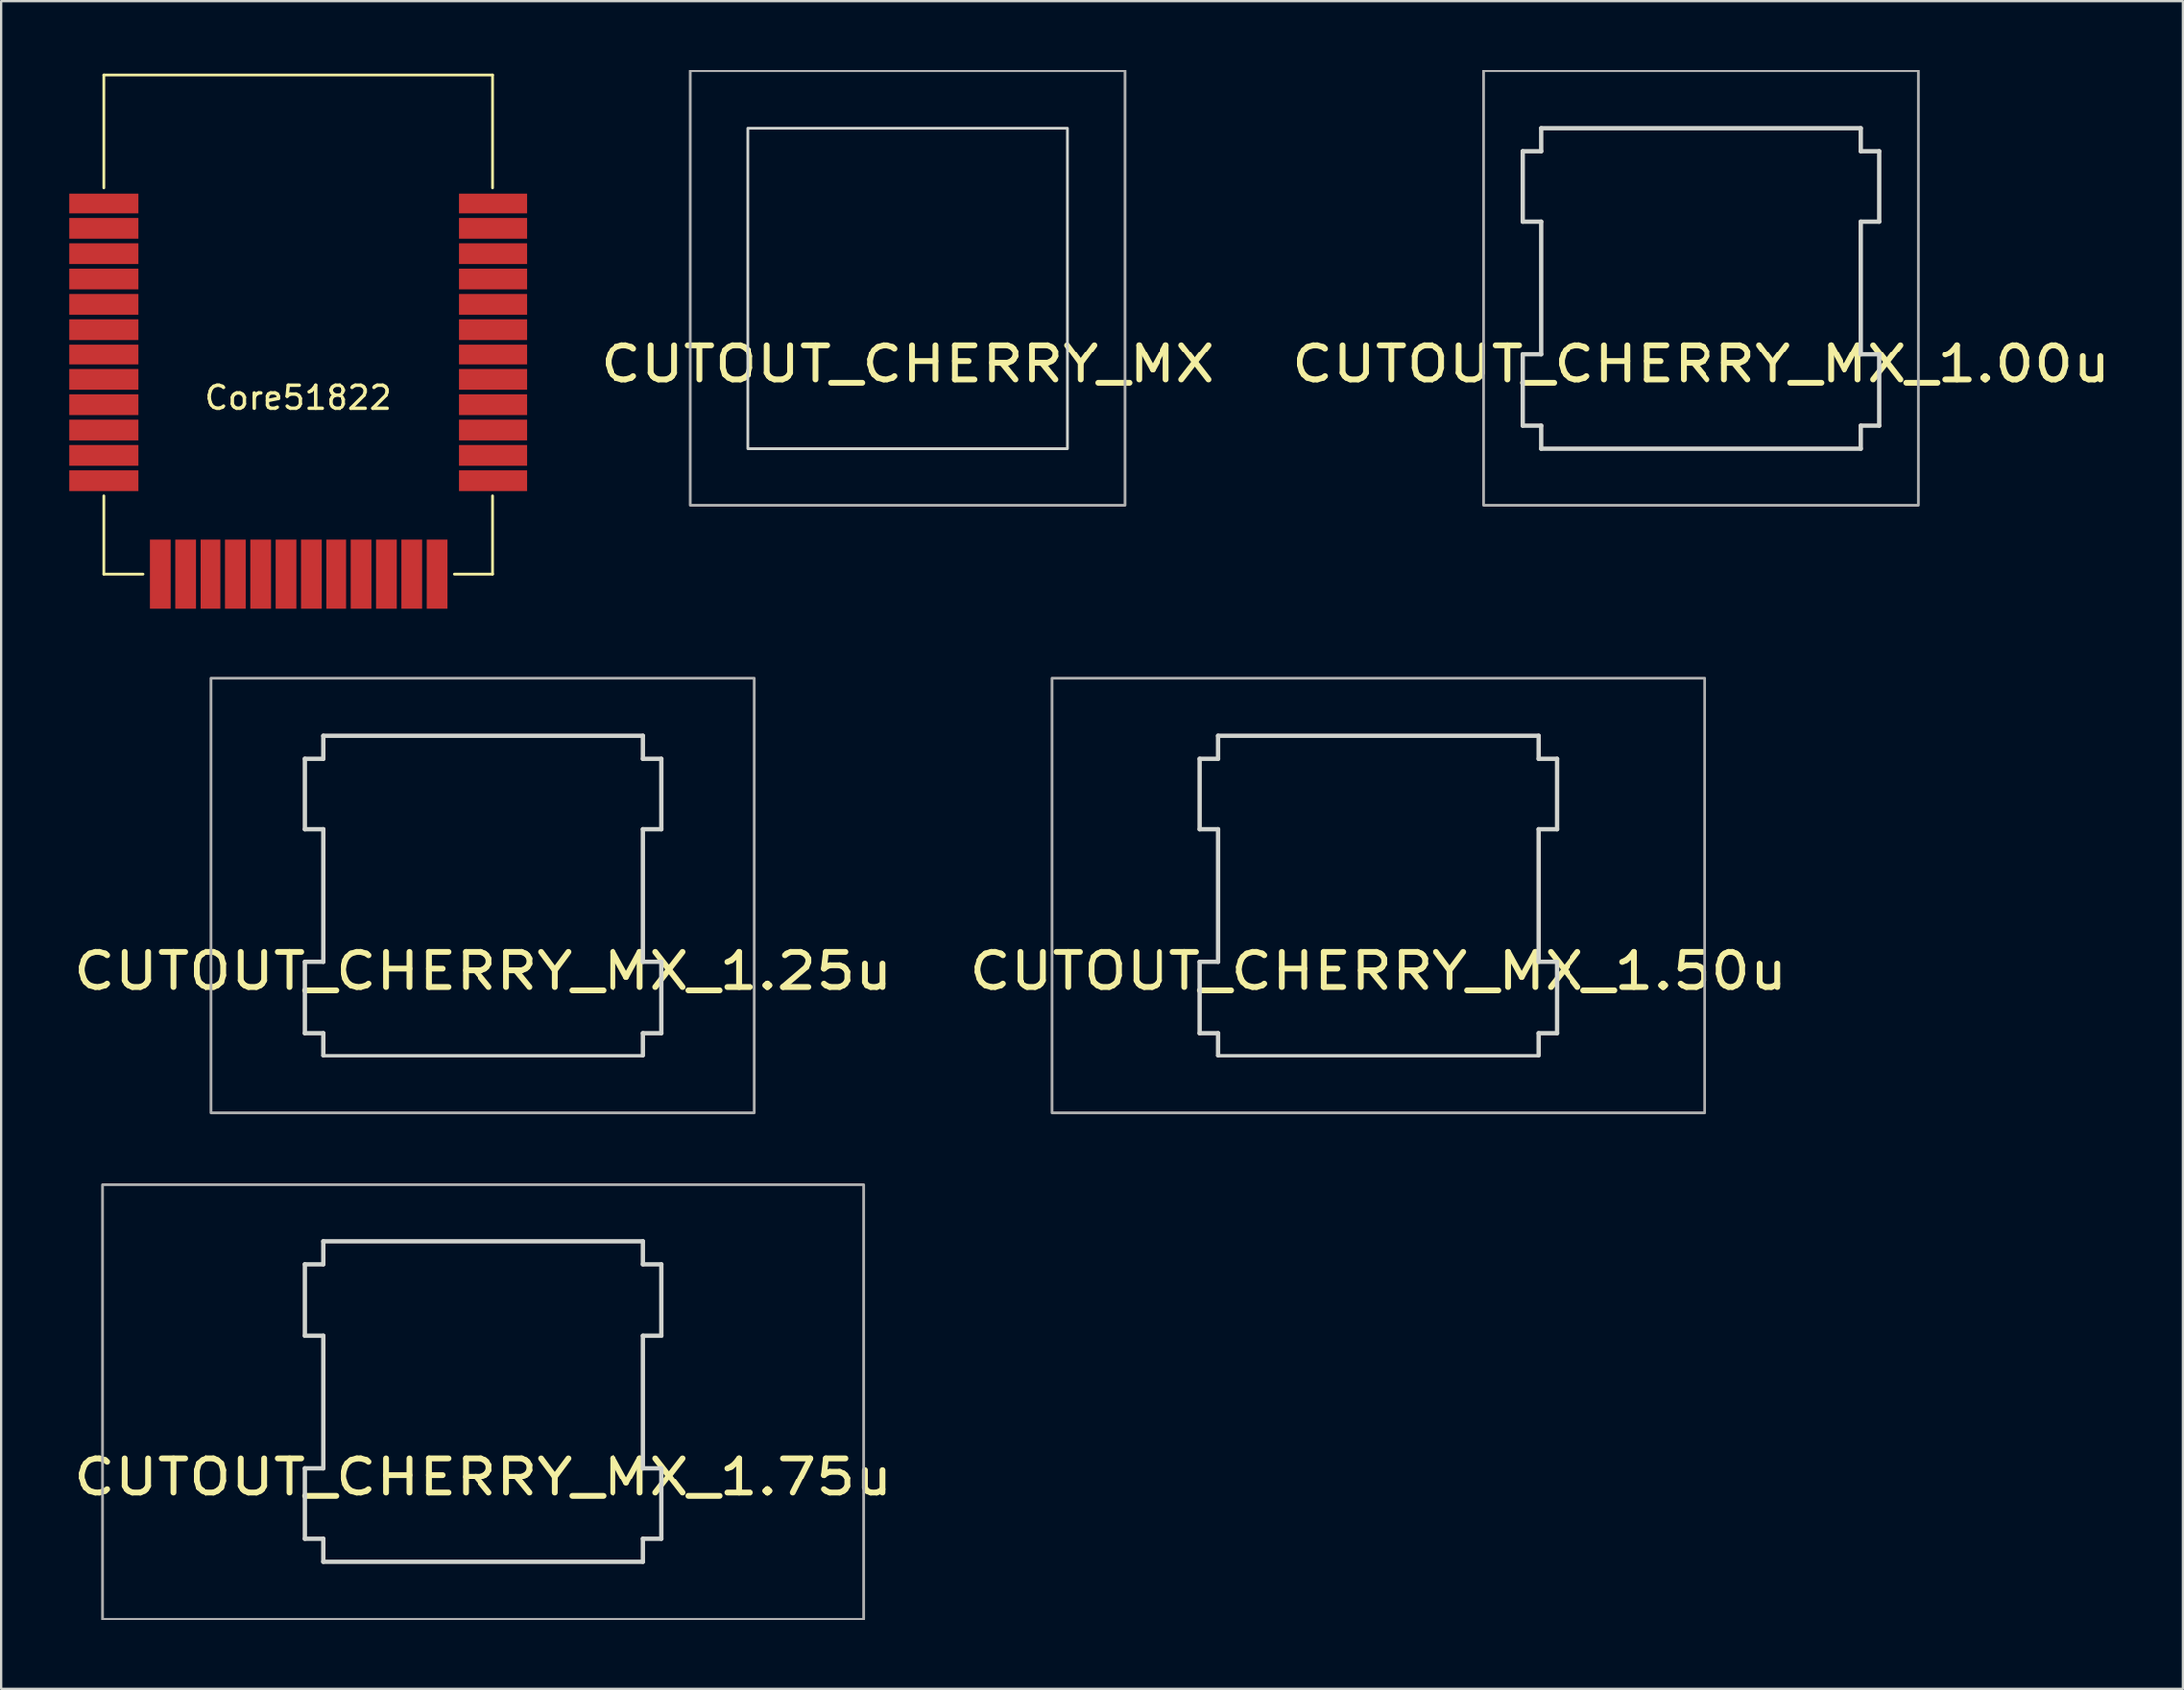
<source format=kicad_pcb>
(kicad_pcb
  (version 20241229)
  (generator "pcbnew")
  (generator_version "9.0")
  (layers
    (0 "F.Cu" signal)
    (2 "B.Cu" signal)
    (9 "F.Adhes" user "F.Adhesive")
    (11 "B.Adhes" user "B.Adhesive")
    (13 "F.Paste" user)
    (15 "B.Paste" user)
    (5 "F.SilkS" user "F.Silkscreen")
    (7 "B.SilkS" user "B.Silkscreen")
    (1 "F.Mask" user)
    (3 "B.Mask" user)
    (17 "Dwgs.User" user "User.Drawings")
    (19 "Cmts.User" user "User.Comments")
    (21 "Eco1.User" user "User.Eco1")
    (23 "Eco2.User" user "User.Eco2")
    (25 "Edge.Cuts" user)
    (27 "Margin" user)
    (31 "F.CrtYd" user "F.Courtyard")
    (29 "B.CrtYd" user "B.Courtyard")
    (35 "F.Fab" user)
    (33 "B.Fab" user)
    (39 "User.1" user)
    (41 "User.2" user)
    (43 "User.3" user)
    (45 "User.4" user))
  (footprint "CUTOUT_CHERRY_MX_1.50u"
    (layer "F.Cu")
    (at 59.744 31.03)
    (property "Reference" "CUTOUT_CHERRY_MX_1.50u" (at -2.54 8.382 0) (layer "F.SilkS") (effects (font (size 1.524 1.778) (thickness 0.254))))
    (fp_line (start -10.34 -0.92) (end -10.34 2.18) (stroke (width 0.189) (type solid)) (layer "Edge.Cuts"))
    (fp_line (start -10.34 2.18) (end -9.54 2.18) (stroke (width 0.189) (type solid)) (layer "Edge.Cuts"))
    (fp_line (start -10.34 7.98) (end -10.34 11.08) (stroke (width 0.189) (type solid)) (layer "Edge.Cuts"))
    (fp_line (start -10.34 11.08) (end -9.54 11.08) (stroke (width 0.189) (type solid)) (layer "Edge.Cuts"))
    (fp_line (start -9.54 -1.92) (end -9.54 -0.92) (stroke (width 0.189) (type solid)) (layer "Edge.Cuts"))
    (fp_line (start -9.54 -0.92) (end -10.34 -0.92) (stroke (width 0.189) (type solid)) (layer "Edge.Cuts"))
    (fp_line (start -9.54 2.18) (end -9.54 7.98) (stroke (width 0.189) (type solid)) (layer "Edge.Cuts"))
    (fp_line (start -9.54 7.98) (end -10.34 7.98) (stroke (width 0.189) (type solid)) (layer "Edge.Cuts"))
    (fp_line (start -9.54 11.08) (end -9.54 12.08) (stroke (width 0.189) (type solid)) (layer "Edge.Cuts"))
    (fp_line (start -9.54 12.08) (end 4.46 12.08) (stroke (width 0.189) (type solid)) (layer "Edge.Cuts"))
    (fp_line (start 4.46 -1.92) (end -9.54 -1.92) (stroke (width 0.189) (type solid)) (layer "Edge.Cuts"))
    (fp_line (start 4.46 -0.92) (end 4.46 -1.92) (stroke (width 0.189) (type solid)) (layer "Edge.Cuts"))
    (fp_line (start 4.46 2.18) (end 5.26 2.18) (stroke (width 0.189) (type solid)) (layer "Edge.Cuts"))
    (fp_line (start 4.46 7.98) (end 4.46 2.18) (stroke (width 0.189) (type solid)) (layer "Edge.Cuts"))
    (fp_line (start 4.46 11.08) (end 5.26 11.08) (stroke (width 0.189) (type solid)) (layer "Edge.Cuts"))
    (fp_line (start 4.46 12.08) (end 4.46 11.08) (stroke (width 0.189) (type solid)) (layer "Edge.Cuts"))
    (fp_line (start 5.26 -0.92) (end 4.46 -0.92) (stroke (width 0.189) (type solid)) (layer "Edge.Cuts"))
    (fp_line (start 5.26 2.18) (end 5.26 -0.92) (stroke (width 0.189) (type solid)) (layer "Edge.Cuts"))
    (fp_line (start 5.26 7.98) (end 4.46 7.98) (stroke (width 0.189) (type solid)) (layer "Edge.Cuts"))
    (fp_line (start 5.26 11.08) (end 5.26 7.98) (stroke (width 0.189) (type solid)) (layer "Edge.Cuts"))
    (fp_rect (start -16.79 -4.42) (end 11.71 14.58) (stroke (width 0.12) (type solid)) (fill no) (layer "F.Fab")))
  (footprint "Core51822"
    (layer "F.Cu")
    (at 10 0.25)
    (property "Reference" "Core51822" (at 0 14.1 0) (layer "F.SilkS") (effects (font (size 1 1) (thickness 0.15))))
    (fp_line (start -8.5 0) (end 8.5 0) (stroke (width 0.12) (type solid)) (layer "F.SilkS"))
    (fp_line (start -8.5 4.9) (end -8.5 0) (stroke (width 0.12) (type solid)) (layer "F.SilkS"))
    (fp_line (start -8.5 18.4) (end -8.5 21.8) (stroke (width 0.12) (type solid)) (layer "F.SilkS"))
    (fp_line (start -8.5 21.8) (end -6.8 21.8) (stroke (width 0.12) (type solid)) (layer "F.SilkS"))
    (fp_line (start 6.8 21.8) (end 8.5 21.8) (stroke (width 0.12) (type solid)) (layer "F.SilkS"))
    (fp_line (start 8.5 0) (end 8.5 4.9) (stroke (width 0.12) (type solid)) (layer "F.SilkS"))
    (fp_line (start 8.5 21.8) (end 8.5 18.4) (stroke (width 0.12) (type solid)) (layer "F.SilkS"))
    (pad "1" smd rect (at -8.5 5.6) (size 3 0.9) (layers "F.Cu" "F.Mask" "F.Paste"))
    (pad "2" smd rect (at -8.5 6.7) (size 3 0.9) (layers "F.Cu" "F.Mask" "F.Paste"))
    (pad "3" smd rect (at -8.5 7.8) (size 3 0.9) (layers "F.Cu" "F.Mask" "F.Paste"))
    (pad "4" smd rect (at -8.5 8.9) (size 3 0.9) (layers "F.Cu" "F.Mask" "F.Paste"))
    (pad "5" smd rect (at -8.5 10) (size 3 0.9) (layers "F.Cu" "F.Mask" "F.Paste"))
    (pad "6" smd rect (at -8.5 11.1) (size 3 0.9) (layers "F.Cu" "F.Mask" "F.Paste"))
    (pad "7" smd rect (at -8.5 12.2) (size 3 0.9) (layers "F.Cu" "F.Mask" "F.Paste"))
    (pad "8" smd rect (at -8.5 13.3) (size 3 0.9) (layers "F.Cu" "F.Mask" "F.Paste"))
    (pad "9" smd rect (at -8.5 14.4) (size 3 0.9) (layers "F.Cu" "F.Mask" "F.Paste"))
    (pad "10" smd rect (at -8.5 15.5) (size 3 0.9) (layers "F.Cu" "F.Mask" "F.Paste"))
    (pad "11" smd rect (at -8.5 16.6) (size 3 0.9) (layers "F.Cu" "F.Mask" "F.Paste"))
    (pad "12" smd rect (at -8.5 17.7) (size 3 0.9) (layers "F.Cu" "F.Mask" "F.Paste"))
    (pad "13" smd rect (at -6.05 21.8 90) (size 3 0.9) (layers "F.Cu" "F.Mask" "F.Paste"))
    (pad "14" smd rect (at -4.95 21.8 90) (size 3 0.9) (layers "F.Cu" "F.Mask" "F.Paste"))
    (pad "15" smd rect (at -3.85 21.8 90) (size 3 0.9) (layers "F.Cu" "F.Mask" "F.Paste"))
    (pad "16" smd rect (at -2.75 21.8 90) (size 3 0.9) (layers "F.Cu" "F.Mask" "F.Paste"))
    (pad "17" smd rect (at -1.65 21.8 90) (size 3 0.9) (layers "F.Cu" "F.Mask" "F.Paste"))
    (pad "18" smd rect (at -0.55 21.8 90) (size 3 0.9) (layers "F.Cu" "F.Mask" "F.Paste"))
    (pad "19" smd rect (at 0.55 21.8 90) (size 3 0.9) (layers "F.Cu" "F.Mask" "F.Paste"))
    (pad "20" smd rect (at 1.65 21.8 90) (size 3 0.9) (layers "F.Cu" "F.Mask" "F.Paste"))
    (pad "21" smd rect (at 2.75 21.8 90) (size 3 0.9) (layers "F.Cu" "F.Mask" "F.Paste"))
    (pad "22" smd rect (at 3.85 21.8 90) (size 3 0.9) (layers "F.Cu" "F.Mask" "F.Paste"))
    (pad "23" smd rect (at 4.95 21.8 90) (size 3 0.9) (layers "F.Cu" "F.Mask" "F.Paste"))
    (pad "24" smd rect (at 6.05 21.8 90) (size 3 0.9) (layers "F.Cu" "F.Mask" "F.Paste"))
    (pad "25" smd rect (at 8.5 17.7) (size 3 0.9) (layers "F.Cu" "F.Mask" "F.Paste"))
    (pad "26" smd rect (at 8.5 16.6) (size 3 0.9) (layers "F.Cu" "F.Mask" "F.Paste"))
    (pad "27" smd rect (at 8.5 15.5) (size 3 0.9) (layers "F.Cu" "F.Mask" "F.Paste"))
    (pad "28" smd rect (at 8.5 14.4) (size 3 0.9) (layers "F.Cu" "F.Mask" "F.Paste"))
    (pad "29" smd rect (at 8.5 13.3) (size 3 0.9) (layers "F.Cu" "F.Mask" "F.Paste"))
    (pad "30" smd rect (at 8.5 12.2) (size 3 0.9) (layers "F.Cu" "F.Mask" "F.Paste"))
    (pad "31" smd rect (at 8.5 11.1) (size 3 0.9) (layers "F.Cu" "F.Mask" "F.Paste"))
    (pad "32" smd rect (at 8.5 10) (size 3 0.9) (layers "F.Cu" "F.Mask" "F.Paste"))
    (pad "33" smd rect (at 8.5 8.9) (size 3 0.9) (layers "F.Cu" "F.Mask" "F.Paste"))
    (pad "34" smd rect (at 8.5 7.8) (size 3 0.9) (layers "F.Cu" "F.Mask" "F.Paste"))
    (pad "35" smd rect (at 8.5 6.7) (size 3 0.9) (layers "F.Cu" "F.Mask" "F.Paste"))
    (pad "36" smd rect (at 8.5 5.6) (size 3 0.9) (layers "F.Cu" "F.Mask" "F.Paste"))
    (zone (net_name "") (layers "F.Cu" "B.Cu") (hatch edge 0.508) (connect_pads) (min_thickness 0.254) (filled_areas_thickness no) (keepout (tracks not_allowed) (vias not_allowed) (pads not_allowed) (copperpour not_allowed) (footprints allowed)) (placement (enabled no)) (fill) (polygon (pts (xy 18.5 5.25) (xy 1.5 5.25) (xy 1.5 0.25) (xy 18.5 0.25)))))
  (footprint "CUTOUT_CHERRY_MX_1.25u"
    (layer "F.Cu")
    (at 20.608 31.03)
    (property "Reference" "CUTOUT_CHERRY_MX_1.25u" (at -2.54 8.382 0) (layer "F.SilkS") (effects (font (size 1.524 1.778) (thickness 0.254))))
    (fp_line (start -10.34 -0.92) (end -10.34 2.18) (stroke (width 0.189) (type solid)) (layer "Edge.Cuts"))
    (fp_line (start -10.34 2.18) (end -9.54 2.18) (stroke (width 0.189) (type solid)) (layer "Edge.Cuts"))
    (fp_line (start -10.34 7.98) (end -10.34 11.08) (stroke (width 0.189) (type solid)) (layer "Edge.Cuts"))
    (fp_line (start -10.34 11.08) (end -9.54 11.08) (stroke (width 0.189) (type solid)) (layer "Edge.Cuts"))
    (fp_line (start -9.54 -1.92) (end -9.54 -0.92) (stroke (width 0.189) (type solid)) (layer "Edge.Cuts"))
    (fp_line (start -9.54 -0.92) (end -10.34 -0.92) (stroke (width 0.189) (type solid)) (layer "Edge.Cuts"))
    (fp_line (start -9.54 2.18) (end -9.54 7.98) (stroke (width 0.189) (type solid)) (layer "Edge.Cuts"))
    (fp_line (start -9.54 7.98) (end -10.34 7.98) (stroke (width 0.189) (type solid)) (layer "Edge.Cuts"))
    (fp_line (start -9.54 11.08) (end -9.54 12.08) (stroke (width 0.189) (type solid)) (layer "Edge.Cuts"))
    (fp_line (start -9.54 12.08) (end 4.46 12.08) (stroke (width 0.189) (type solid)) (layer "Edge.Cuts"))
    (fp_line (start 4.46 -1.92) (end -9.54 -1.92) (stroke (width 0.189) (type solid)) (layer "Edge.Cuts"))
    (fp_line (start 4.46 -0.92) (end 4.46 -1.92) (stroke (width 0.189) (type solid)) (layer "Edge.Cuts"))
    (fp_line (start 4.46 2.18) (end 5.26 2.18) (stroke (width 0.189) (type solid)) (layer "Edge.Cuts"))
    (fp_line (start 4.46 7.98) (end 4.46 2.18) (stroke (width 0.189) (type solid)) (layer "Edge.Cuts"))
    (fp_line (start 4.46 11.08) (end 5.26 11.08) (stroke (width 0.189) (type solid)) (layer "Edge.Cuts"))
    (fp_line (start 4.46 12.08) (end 4.46 11.08) (stroke (width 0.189) (type solid)) (layer "Edge.Cuts"))
    (fp_line (start 5.26 -0.92) (end 4.46 -0.92) (stroke (width 0.189) (type solid)) (layer "Edge.Cuts"))
    (fp_line (start 5.26 2.18) (end 5.26 -0.92) (stroke (width 0.189) (type solid)) (layer "Edge.Cuts"))
    (fp_line (start 5.26 7.98) (end 4.46 7.98) (stroke (width 0.189) (type solid)) (layer "Edge.Cuts"))
    (fp_line (start 5.26 11.08) (end 5.26 7.98) (stroke (width 0.189) (type solid)) (layer "Edge.Cuts"))
    (fp_rect (start -14.415 -4.42) (end 9.335 14.58) (stroke (width 0.12) (type solid)) (fill no) (layer "F.Fab")))
  (footprint "CUTOUT_CHERRY_MX_1.00u"
    (layer "F.Cu")
    (at 73.854 4.48)
    (property "Reference" "CUTOUT_CHERRY_MX_1.00u" (at -2.54 8.382 0) (layer "F.SilkS") (effects (font (size 1.524 1.778) (thickness 0.254))))
    (fp_line (start -10.34 -0.92) (end -10.34 2.18) (stroke (width 0.189) (type solid)) (layer "Edge.Cuts"))
    (fp_line (start -10.34 2.18) (end -9.54 2.18) (stroke (width 0.189) (type solid)) (layer "Edge.Cuts"))
    (fp_line (start -10.34 7.98) (end -10.34 11.08) (stroke (width 0.189) (type solid)) (layer "Edge.Cuts"))
    (fp_line (start -10.34 11.08) (end -9.54 11.08) (stroke (width 0.189) (type solid)) (layer "Edge.Cuts"))
    (fp_line (start -9.54 -1.92) (end -9.54 -0.92) (stroke (width 0.189) (type solid)) (layer "Edge.Cuts"))
    (fp_line (start -9.54 -0.92) (end -10.34 -0.92) (stroke (width 0.189) (type solid)) (layer "Edge.Cuts"))
    (fp_line (start -9.54 2.18) (end -9.54 7.98) (stroke (width 0.189) (type solid)) (layer "Edge.Cuts"))
    (fp_line (start -9.54 7.98) (end -10.34 7.98) (stroke (width 0.189) (type solid)) (layer "Edge.Cuts"))
    (fp_line (start -9.54 11.08) (end -9.54 12.08) (stroke (width 0.189) (type solid)) (layer "Edge.Cuts"))
    (fp_line (start -9.54 12.08) (end 4.46 12.08) (stroke (width 0.189) (type solid)) (layer "Edge.Cuts"))
    (fp_line (start 4.46 -1.92) (end -9.54 -1.92) (stroke (width 0.189) (type solid)) (layer "Edge.Cuts"))
    (fp_line (start 4.46 -0.92) (end 4.46 -1.92) (stroke (width 0.189) (type solid)) (layer "Edge.Cuts"))
    (fp_line (start 4.46 2.18) (end 5.26 2.18) (stroke (width 0.189) (type solid)) (layer "Edge.Cuts"))
    (fp_line (start 4.46 7.98) (end 4.46 2.18) (stroke (width 0.189) (type solid)) (layer "Edge.Cuts"))
    (fp_line (start 4.46 11.08) (end 5.26 11.08) (stroke (width 0.189) (type solid)) (layer "Edge.Cuts"))
    (fp_line (start 4.46 12.08) (end 4.46 11.08) (stroke (width 0.189) (type solid)) (layer "Edge.Cuts"))
    (fp_line (start 5.26 -0.92) (end 4.46 -0.92) (stroke (width 0.189) (type solid)) (layer "Edge.Cuts"))
    (fp_line (start 5.26 2.18) (end 5.26 -0.92) (stroke (width 0.189) (type solid)) (layer "Edge.Cuts"))
    (fp_line (start 5.26 7.98) (end 4.46 7.98) (stroke (width 0.189) (type solid)) (layer "Edge.Cuts"))
    (fp_line (start 5.26 11.08) (end 5.26 7.98) (stroke (width 0.189) (type solid)) (layer "Edge.Cuts"))
    (fp_rect (start -12.04 -4.42) (end 6.96 14.58) (stroke (width 0.12) (type solid)) (fill no) (layer "F.Fab")))
  (footprint "CUTOUT_CHERRY_MX_1.75u"
    (layer "F.Cu")
    (at 20.608 53.15)
    (property "Reference" "CUTOUT_CHERRY_MX_1.75u" (at -2.54 8.382 0) (layer "F.SilkS") (effects (font (size 1.524 1.778) (thickness 0.254))))
    (fp_line (start -10.34 -0.92) (end -10.34 2.18) (stroke (width 0.189) (type solid)) (layer "Edge.Cuts"))
    (fp_line (start -10.34 2.18) (end -9.54 2.18) (stroke (width 0.189) (type solid)) (layer "Edge.Cuts"))
    (fp_line (start -10.34 7.98) (end -10.34 11.08) (stroke (width 0.189) (type solid)) (layer "Edge.Cuts"))
    (fp_line (start -10.34 11.08) (end -9.54 11.08) (stroke (width 0.189) (type solid)) (layer "Edge.Cuts"))
    (fp_line (start -9.54 -1.92) (end -9.54 -0.92) (stroke (width 0.189) (type solid)) (layer "Edge.Cuts"))
    (fp_line (start -9.54 -0.92) (end -10.34 -0.92) (stroke (width 0.189) (type solid)) (layer "Edge.Cuts"))
    (fp_line (start -9.54 2.18) (end -9.54 7.98) (stroke (width 0.189) (type solid)) (layer "Edge.Cuts"))
    (fp_line (start -9.54 7.98) (end -10.34 7.98) (stroke (width 0.189) (type solid)) (layer "Edge.Cuts"))
    (fp_line (start -9.54 11.08) (end -9.54 12.08) (stroke (width 0.189) (type solid)) (layer "Edge.Cuts"))
    (fp_line (start -9.54 12.08) (end 4.46 12.08) (stroke (width 0.189) (type solid)) (layer "Edge.Cuts"))
    (fp_line (start 4.46 -1.92) (end -9.54 -1.92) (stroke (width 0.189) (type solid)) (layer "Edge.Cuts"))
    (fp_line (start 4.46 -0.92) (end 4.46 -1.92) (stroke (width 0.189) (type solid)) (layer "Edge.Cuts"))
    (fp_line (start 4.46 2.18) (end 5.26 2.18) (stroke (width 0.189) (type solid)) (layer "Edge.Cuts"))
    (fp_line (start 4.46 7.98) (end 4.46 2.18) (stroke (width 0.189) (type solid)) (layer "Edge.Cuts"))
    (fp_line (start 4.46 11.08) (end 5.26 11.08) (stroke (width 0.189) (type solid)) (layer "Edge.Cuts"))
    (fp_line (start 4.46 12.08) (end 4.46 11.08) (stroke (width 0.189) (type solid)) (layer "Edge.Cuts"))
    (fp_line (start 5.26 -0.92) (end 4.46 -0.92) (stroke (width 0.189) (type solid)) (layer "Edge.Cuts"))
    (fp_line (start 5.26 2.18) (end 5.26 -0.92) (stroke (width 0.189) (type solid)) (layer "Edge.Cuts"))
    (fp_line (start 5.26 7.98) (end 4.46 7.98) (stroke (width 0.189) (type solid)) (layer "Edge.Cuts"))
    (fp_line (start 5.26 11.08) (end 5.26 7.98) (stroke (width 0.189) (type solid)) (layer "Edge.Cuts"))
    (fp_rect (start -19.165 -4.42) (end 14.085 14.58) (stroke (width 0.12) (type solid)) (fill no) (layer "F.Fab")))
  (footprint "CUTOUT_CHERRY_MX"
    (layer "F.Cu")
    (at 36.623 9.56)
    (property "Reference" "CUTOUT_CHERRY_MX" (at 0 3.302 0) (layer "F.SilkS") (effects (font (size 1.524 1.778) (thickness 0.254))))
    (fp_rect (start 7 7) (end -7 -7) (stroke (width 0.12) (type solid)) (fill no) (layer "Edge.Cuts"))
    (fp_rect (start -9.5 -9.5) (end 9.5 9.5) (stroke (width 0.12) (type solid)) (fill no) (layer "F.Fab")))
  (gr_rect
    (start -3 -3)
    (end 92.381 70.79)
    (stroke (width 0.1) (type default))
    (fill no)
    (layer "Edge.Cuts")))
</source>
